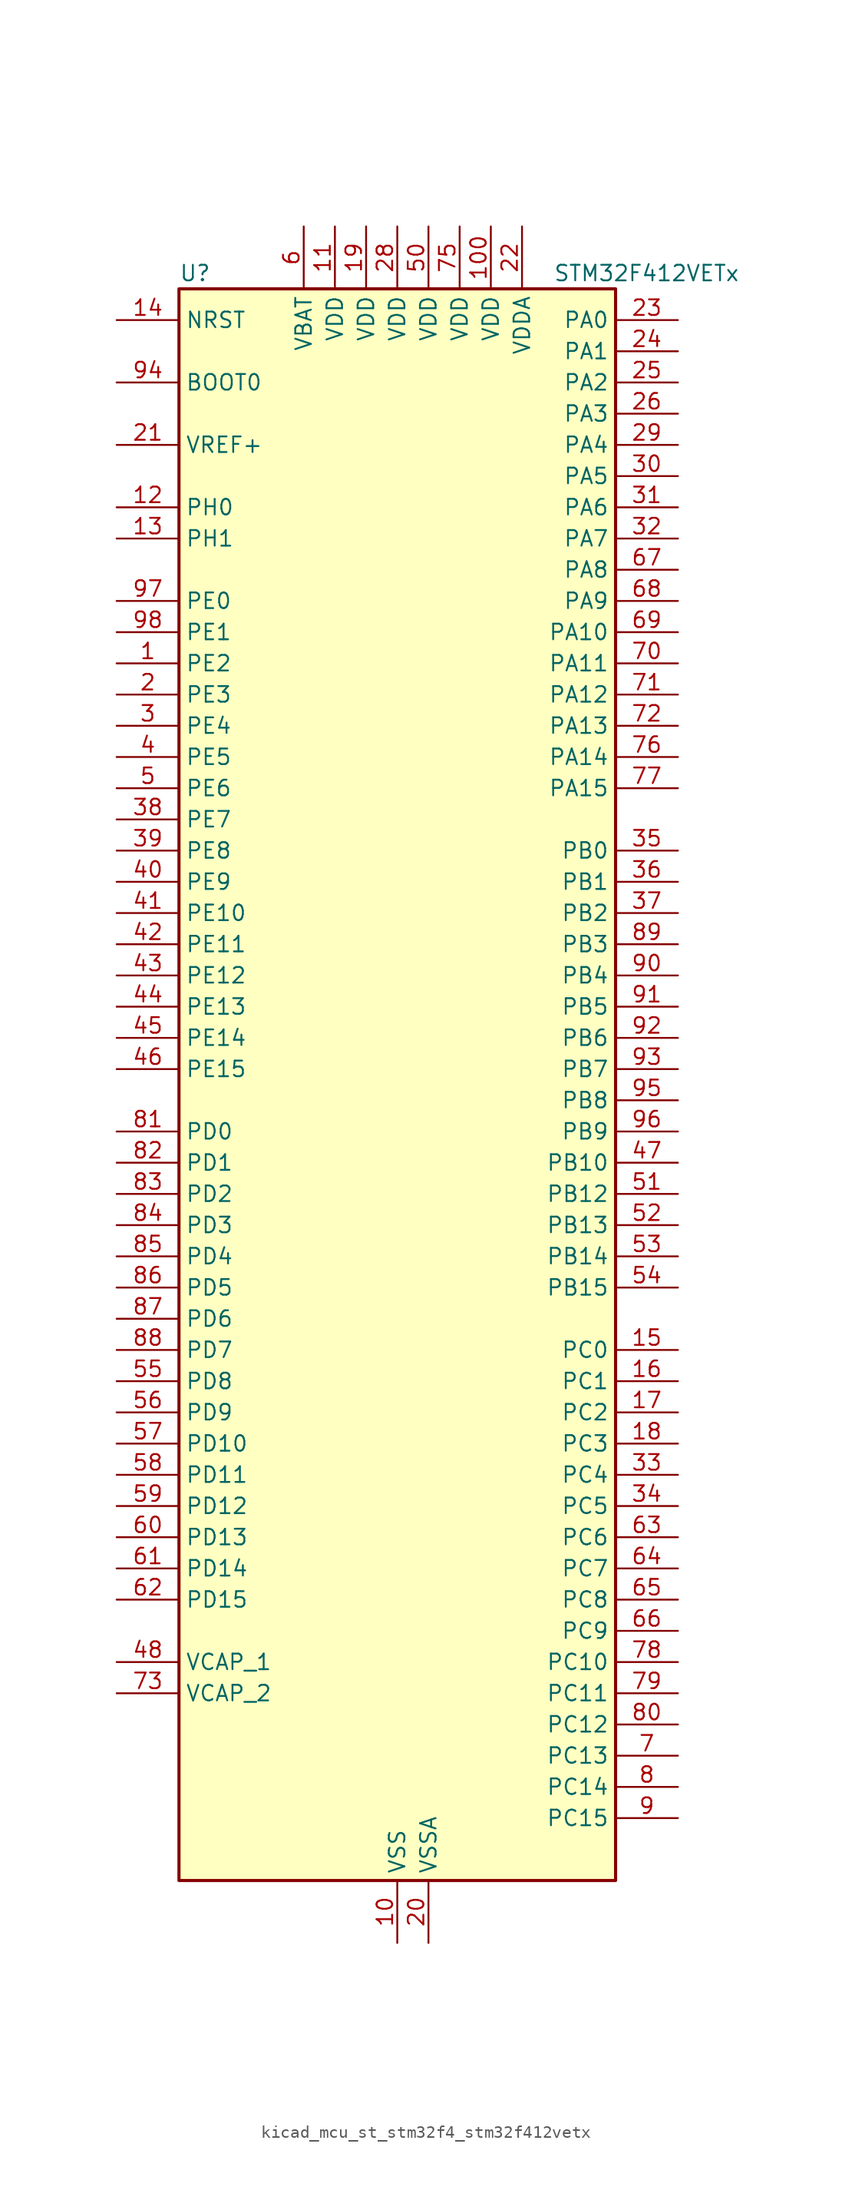
<source format=kicad_sym>
(kicad_symbol_lib
  (version 20220914)
  (generator kicad_symbol_editor)
  (symbol "kicad_mcu_st_stm32f4_stm32f412vetx"
    (property "Reference" "U"
      (at -17.78 67.31 0)
      (effects (font (size 1.27 1.27)) (justify left)))
    (property "Value" "STM32F412VETx"
      (at 12.7 67.31 0)
      (effects (font (size 1.27 1.27)) (justify left)))
    (property "ki_locked" ""
      (at 0 0 0)
      (effects (font (size 1.27 1.27))))
    (symbol "kicad_mcu_st_stm32f4_stm32f412vetx_0_1"
      (rectangle (start -17.78 -63.5) (end 17.78 66.04) (stroke (width 0.254) (type default)) (fill (type background))))
    (symbol "kicad_mcu_st_stm32f4_stm32f412vetx_1_1"
      (pin bidirectional line (at -22.86 35.56 0) (length 5.08) (name "PE2" (effects (font (size 1.27 1.27)))) (number "1" (effects (font (size 1.27 1.27)))) (alternate "FSMC_A23" bidirectional line) (alternate "I2S4_CK" bidirectional line) (alternate "I2S5_CK" bidirectional line) (alternate "QUADSPI_BK1_IO2" bidirectional line) (alternate "SPI4_SCK" bidirectional line) (alternate "SPI5_SCK" bidirectional line) (alternate "SYS_TRACECLK" bidirectional line))
      (pin power_in line (at 0 -68.58 90) (length 5.08) (name "VSS" (effects (font (size 1.27 1.27)))) (number "10" (effects (font (size 1.27 1.27)))))
      (pin power_in line (at 7.62 71.12 270) (length 5.08) (name "VDD" (effects (font (size 1.27 1.27)))) (number "100" (effects (font (size 1.27 1.27)))))
      (pin power_in line (at -5.08 71.12 270) (length 5.08) (name "VDD" (effects (font (size 1.27 1.27)))) (number "11" (effects (font (size 1.27 1.27)))))
      (pin bidirectional line (at -22.86 48.26 0) (length 5.08) (name "PH0" (effects (font (size 1.27 1.27)))) (number "12" (effects (font (size 1.27 1.27)))) (alternate "RCC_OSC_IN" bidirectional line))
      (pin bidirectional line (at -22.86 45.72 0) (length 5.08) (name "PH1" (effects (font (size 1.27 1.27)))) (number "13" (effects (font (size 1.27 1.27)))) (alternate "RCC_OSC_OUT" bidirectional line))
      (pin input line (at -22.86 63.5 0) (length 5.08) (name "NRST" (effects (font (size 1.27 1.27)))) (number "14" (effects (font (size 1.27 1.27)))))
      (pin bidirectional line (at 22.86 -20.32 180) (length 5.08) (name "PC0" (effects (font (size 1.27 1.27)))) (number "15" (effects (font (size 1.27 1.27)))) (alternate "ADC1_IN10" bidirectional line) (alternate "SYS_WKUP2" bidirectional line))
      (pin bidirectional line (at 22.86 -22.86 180) (length 5.08) (name "PC1" (effects (font (size 1.27 1.27)))) (number "16" (effects (font (size 1.27 1.27)))) (alternate "ADC1_IN11" bidirectional line) (alternate "SYS_WKUP3" bidirectional line))
      (pin bidirectional line (at 22.86 -25.4 180) (length 5.08) (name "PC2" (effects (font (size 1.27 1.27)))) (number "17" (effects (font (size 1.27 1.27)))) (alternate "ADC1_IN12" bidirectional line) (alternate "DFSDM1_CKOUT" bidirectional line) (alternate "FSMC_NWE" bidirectional line) (alternate "I2S2_ext_SD" bidirectional line) (alternate "SPI2_MISO" bidirectional line))
      (pin bidirectional line (at 22.86 -27.94 180) (length 5.08) (name "PC3" (effects (font (size 1.27 1.27)))) (number "18" (effects (font (size 1.27 1.27)))) (alternate "ADC1_IN13" bidirectional line) (alternate "FSMC_A0" bidirectional line) (alternate "I2S2_SD" bidirectional line) (alternate "SPI2_MOSI" bidirectional line))
      (pin power_in line (at -2.54 71.12 270) (length 5.08) (name "VDD" (effects (font (size 1.27 1.27)))) (number "19" (effects (font (size 1.27 1.27)))))
      (pin bidirectional line (at -22.86 33.02 0) (length 5.08) (name "PE3" (effects (font (size 1.27 1.27)))) (number "2" (effects (font (size 1.27 1.27)))) (alternate "FSMC_A19" bidirectional line) (alternate "SYS_TRACED0" bidirectional line))
      (pin power_in line (at 2.54 -68.58 90) (length 5.08) (name "VSSA" (effects (font (size 1.27 1.27)))) (number "20" (effects (font (size 1.27 1.27)))))
      (pin input line (at -22.86 53.34 0) (length 5.08) (name "VREF+" (effects (font (size 1.27 1.27)))) (number "21" (effects (font (size 1.27 1.27)))))
      (pin power_in line (at 10.16 71.12 270) (length 5.08) (name "VDDA" (effects (font (size 1.27 1.27)))) (number "22" (effects (font (size 1.27 1.27)))))
      (pin bidirectional line (at 22.86 63.5 180) (length 5.08) (name "PA0" (effects (font (size 1.27 1.27)))) (number "23" (effects (font (size 1.27 1.27)))) (alternate "ADC1_IN0" bidirectional line) (alternate "SYS_WKUP1" bidirectional line) (alternate "TIM2_CH1" bidirectional line) (alternate "TIM2_ETR" bidirectional line) (alternate "TIM5_CH1" bidirectional line) (alternate "TIM8_ETR" bidirectional line) (alternate "USART2_CTS" bidirectional line))
      (pin bidirectional line (at 22.86 60.96 180) (length 5.08) (name "PA1" (effects (font (size 1.27 1.27)))) (number "24" (effects (font (size 1.27 1.27)))) (alternate "ADC1_IN1" bidirectional line) (alternate "I2S4_SD" bidirectional line) (alternate "QUADSPI_BK1_IO3" bidirectional line) (alternate "SPI4_MOSI" bidirectional line) (alternate "TIM2_CH2" bidirectional line) (alternate "TIM5_CH2" bidirectional line) (alternate "USART2_RTS" bidirectional line))
      (pin bidirectional line (at 22.86 58.42 180) (length 5.08) (name "PA2" (effects (font (size 1.27 1.27)))) (number "25" (effects (font (size 1.27 1.27)))) (alternate "ADC1_IN2" bidirectional line) (alternate "FSMC_D4" bidirectional line) (alternate "FSMC_DA4" bidirectional line) (alternate "I2S_CKIN" bidirectional line) (alternate "TIM2_CH3" bidirectional line) (alternate "TIM5_CH3" bidirectional line) (alternate "TIM9_CH1" bidirectional line) (alternate "USART2_TX" bidirectional line))
      (pin bidirectional line (at 22.86 55.88 180) (length 5.08) (name "PA3" (effects (font (size 1.27 1.27)))) (number "26" (effects (font (size 1.27 1.27)))) (alternate "ADC1_IN3" bidirectional line) (alternate "FSMC_D5" bidirectional line) (alternate "FSMC_DA5" bidirectional line) (alternate "I2S2_MCK" bidirectional line) (alternate "TIM2_CH4" bidirectional line) (alternate "TIM5_CH4" bidirectional line) (alternate "TIM9_CH2" bidirectional line) (alternate "USART2_RX" bidirectional line))
      (pin passive line (at 0 -68.58 90) (length 5.08) hide (name "VSS" (effects (font (size 1.27 1.27)))) (number "27" (effects (font (size 1.27 1.27)))))
      (pin power_in line (at 0 71.12 270) (length 5.08) (name "VDD" (effects (font (size 1.27 1.27)))) (number "28" (effects (font (size 1.27 1.27)))))
      (pin bidirectional line (at 22.86 53.34 180) (length 5.08) (name "PA4" (effects (font (size 1.27 1.27)))) (number "29" (effects (font (size 1.27 1.27)))) (alternate "ADC1_IN4" bidirectional line) (alternate "DFSDM1_DATIN1" bidirectional line) (alternate "FSMC_D6" bidirectional line) (alternate "FSMC_DA6" bidirectional line) (alternate "I2S1_WS" bidirectional line) (alternate "I2S3_WS" bidirectional line) (alternate "SPI1_NSS" bidirectional line) (alternate "SPI3_NSS" bidirectional line) (alternate "USART2_CK" bidirectional line))
      (pin bidirectional line (at -22.86 30.48 0) (length 5.08) (name "PE4" (effects (font (size 1.27 1.27)))) (number "3" (effects (font (size 1.27 1.27)))) (alternate "DFSDM1_DATIN3" bidirectional line) (alternate "FSMC_A20" bidirectional line) (alternate "I2S4_WS" bidirectional line) (alternate "I2S5_WS" bidirectional line) (alternate "SPI4_NSS" bidirectional line) (alternate "SPI5_NSS" bidirectional line) (alternate "SYS_TRACED1" bidirectional line))
      (pin bidirectional line (at 22.86 50.8 180) (length 5.08) (name "PA5" (effects (font (size 1.27 1.27)))) (number "30" (effects (font (size 1.27 1.27)))) (alternate "ADC1_IN5" bidirectional line) (alternate "DFSDM1_CKIN1" bidirectional line) (alternate "FSMC_D7" bidirectional line) (alternate "FSMC_DA7" bidirectional line) (alternate "I2S1_CK" bidirectional line) (alternate "SPI1_SCK" bidirectional line) (alternate "TIM2_CH1" bidirectional line) (alternate "TIM2_ETR" bidirectional line) (alternate "TIM8_CH1N" bidirectional line))
      (pin bidirectional line (at 22.86 48.26 180) (length 5.08) (name "PA6" (effects (font (size 1.27 1.27)))) (number "31" (effects (font (size 1.27 1.27)))) (alternate "ADC1_IN6" bidirectional line) (alternate "I2S2_MCK" bidirectional line) (alternate "QUADSPI_BK2_IO0" bidirectional line) (alternate "SDIO_CMD" bidirectional line) (alternate "SPI1_MISO" bidirectional line) (alternate "TIM13_CH1" bidirectional line) (alternate "TIM1_BKIN" bidirectional line) (alternate "TIM3_CH1" bidirectional line) (alternate "TIM8_BKIN" bidirectional line))
      (pin bidirectional line (at 22.86 45.72 180) (length 5.08) (name "PA7" (effects (font (size 1.27 1.27)))) (number "32" (effects (font (size 1.27 1.27)))) (alternate "ADC1_IN7" bidirectional line) (alternate "I2S1_SD" bidirectional line) (alternate "QUADSPI_BK2_IO1" bidirectional line) (alternate "SPI1_MOSI" bidirectional line) (alternate "TIM14_CH1" bidirectional line) (alternate "TIM1_CH1N" bidirectional line) (alternate "TIM3_CH2" bidirectional line) (alternate "TIM8_CH1N" bidirectional line))
      (pin bidirectional line (at 22.86 -30.48 180) (length 5.08) (name "PC4" (effects (font (size 1.27 1.27)))) (number "33" (effects (font (size 1.27 1.27)))) (alternate "ADC1_IN14" bidirectional line) (alternate "FSMC_NE4" bidirectional line) (alternate "I2S1_MCK" bidirectional line) (alternate "QUADSPI_BK2_IO2" bidirectional line))
      (pin bidirectional line (at 22.86 -33.02 180) (length 5.08) (name "PC5" (effects (font (size 1.27 1.27)))) (number "34" (effects (font (size 1.27 1.27)))) (alternate "ADC1_IN15" bidirectional line) (alternate "FMPI2C1_SMBA" bidirectional line) (alternate "FSMC_NOE" bidirectional line) (alternate "QUADSPI_BK2_IO3" bidirectional line) (alternate "USART3_RX" bidirectional line))
      (pin bidirectional line (at 22.86 20.32 180) (length 5.08) (name "PB0" (effects (font (size 1.27 1.27)))) (number "35" (effects (font (size 1.27 1.27)))) (alternate "ADC1_IN8" bidirectional line) (alternate "I2S5_CK" bidirectional line) (alternate "SPI5_SCK" bidirectional line) (alternate "TIM1_CH2N" bidirectional line) (alternate "TIM3_CH3" bidirectional line) (alternate "TIM8_CH2N" bidirectional line))
      (pin bidirectional line (at 22.86 17.78 180) (length 5.08) (name "PB1" (effects (font (size 1.27 1.27)))) (number "36" (effects (font (size 1.27 1.27)))) (alternate "ADC1_IN9" bidirectional line) (alternate "DFSDM1_DATIN0" bidirectional line) (alternate "I2S5_WS" bidirectional line) (alternate "QUADSPI_CLK" bidirectional line) (alternate "SPI5_NSS" bidirectional line) (alternate "TIM1_CH3N" bidirectional line) (alternate "TIM3_CH4" bidirectional line) (alternate "TIM8_CH3N" bidirectional line))
      (pin bidirectional line (at 22.86 15.24 180) (length 5.08) (name "PB2" (effects (font (size 1.27 1.27)))) (number "37" (effects (font (size 1.27 1.27)))) (alternate "DFSDM1_CKIN0" bidirectional line) (alternate "QUADSPI_CLK" bidirectional line))
      (pin bidirectional line (at -22.86 22.86 0) (length 5.08) (name "PE7" (effects (font (size 1.27 1.27)))) (number "38" (effects (font (size 1.27 1.27)))) (alternate "DFSDM1_DATIN2" bidirectional line) (alternate "FSMC_D4" bidirectional line) (alternate "FSMC_DA4" bidirectional line) (alternate "QUADSPI_BK2_IO0" bidirectional line) (alternate "TIM1_ETR" bidirectional line))
      (pin bidirectional line (at -22.86 20.32 0) (length 5.08) (name "PE8" (effects (font (size 1.27 1.27)))) (number "39" (effects (font (size 1.27 1.27)))) (alternate "DFSDM1_CKIN2" bidirectional line) (alternate "FSMC_D5" bidirectional line) (alternate "FSMC_DA5" bidirectional line) (alternate "QUADSPI_BK2_IO1" bidirectional line) (alternate "TIM1_CH1N" bidirectional line))
      (pin bidirectional line (at -22.86 27.94 0) (length 5.08) (name "PE5" (effects (font (size 1.27 1.27)))) (number "4" (effects (font (size 1.27 1.27)))) (alternate "DFSDM1_CKIN3" bidirectional line) (alternate "FSMC_A21" bidirectional line) (alternate "SPI4_MISO" bidirectional line) (alternate "SPI5_MISO" bidirectional line) (alternate "SYS_TRACED2" bidirectional line) (alternate "TIM9_CH1" bidirectional line))
      (pin bidirectional line (at -22.86 17.78 0) (length 5.08) (name "PE9" (effects (font (size 1.27 1.27)))) (number "40" (effects (font (size 1.27 1.27)))) (alternate "DFSDM1_CKOUT" bidirectional line) (alternate "FSMC_D6" bidirectional line) (alternate "FSMC_DA6" bidirectional line) (alternate "QUADSPI_BK2_IO2" bidirectional line) (alternate "TIM1_CH1" bidirectional line))
      (pin bidirectional line (at -22.86 15.24 0) (length 5.08) (name "PE10" (effects (font (size 1.27 1.27)))) (number "41" (effects (font (size 1.27 1.27)))) (alternate "FSMC_D7" bidirectional line) (alternate "FSMC_DA7" bidirectional line) (alternate "QUADSPI_BK2_IO3" bidirectional line) (alternate "TIM1_CH2N" bidirectional line))
      (pin bidirectional line (at -22.86 12.7 0) (length 5.08) (name "PE11" (effects (font (size 1.27 1.27)))) (number "42" (effects (font (size 1.27 1.27)))) (alternate "ADC1_EXTI11" bidirectional line) (alternate "FSMC_D8" bidirectional line) (alternate "FSMC_DA8" bidirectional line) (alternate "I2S4_WS" bidirectional line) (alternate "I2S5_WS" bidirectional line) (alternate "SPI4_NSS" bidirectional line) (alternate "SPI5_NSS" bidirectional line) (alternate "TIM1_CH2" bidirectional line))
      (pin bidirectional line (at -22.86 10.16 0) (length 5.08) (name "PE12" (effects (font (size 1.27 1.27)))) (number "43" (effects (font (size 1.27 1.27)))) (alternate "FSMC_D9" bidirectional line) (alternate "FSMC_DA9" bidirectional line) (alternate "I2S4_CK" bidirectional line) (alternate "I2S5_CK" bidirectional line) (alternate "SPI4_SCK" bidirectional line) (alternate "SPI5_SCK" bidirectional line) (alternate "TIM1_CH3N" bidirectional line))
      (pin bidirectional line (at -22.86 7.62 0) (length 5.08) (name "PE13" (effects (font (size 1.27 1.27)))) (number "44" (effects (font (size 1.27 1.27)))) (alternate "FSMC_D10" bidirectional line) (alternate "FSMC_DA10" bidirectional line) (alternate "SPI4_MISO" bidirectional line) (alternate "SPI5_MISO" bidirectional line) (alternate "TIM1_CH3" bidirectional line))
      (pin bidirectional line (at -22.86 5.08 0) (length 5.08) (name "PE14" (effects (font (size 1.27 1.27)))) (number "45" (effects (font (size 1.27 1.27)))) (alternate "FSMC_D11" bidirectional line) (alternate "FSMC_DA11" bidirectional line) (alternate "I2S4_SD" bidirectional line) (alternate "I2S5_SD" bidirectional line) (alternate "SPI4_MOSI" bidirectional line) (alternate "SPI5_MOSI" bidirectional line) (alternate "TIM1_CH4" bidirectional line))
      (pin bidirectional line (at -22.86 2.54 0) (length 5.08) (name "PE15" (effects (font (size 1.27 1.27)))) (number "46" (effects (font (size 1.27 1.27)))) (alternate "ADC1_EXTI15" bidirectional line) (alternate "FSMC_D12" bidirectional line) (alternate "FSMC_DA12" bidirectional line) (alternate "TIM1_BKIN" bidirectional line))
      (pin bidirectional line (at 22.86 -5.08 180) (length 5.08) (name "PB10" (effects (font (size 1.27 1.27)))) (number "47" (effects (font (size 1.27 1.27)))) (alternate "FMPI2C1_SCL" bidirectional line) (alternate "I2C2_SCL" bidirectional line) (alternate "I2S2_CK" bidirectional line) (alternate "I2S3_MCK" bidirectional line) (alternate "SDIO_D7" bidirectional line) (alternate "SPI2_SCK" bidirectional line) (alternate "TIM2_CH3" bidirectional line) (alternate "USART3_TX" bidirectional line))
      (pin power_out line (at -22.86 -45.72 0) (length 5.08) (name "VCAP_1" (effects (font (size 1.27 1.27)))) (number "48" (effects (font (size 1.27 1.27)))))
      (pin passive line (at 0 -68.58 90) (length 5.08) hide (name "VSS" (effects (font (size 1.27 1.27)))) (number "49" (effects (font (size 1.27 1.27)))))
      (pin bidirectional line (at -22.86 25.4 0) (length 5.08) (name "PE6" (effects (font (size 1.27 1.27)))) (number "5" (effects (font (size 1.27 1.27)))) (alternate "FSMC_A22" bidirectional line) (alternate "I2S4_SD" bidirectional line) (alternate "I2S5_SD" bidirectional line) (alternate "SPI4_MOSI" bidirectional line) (alternate "SPI5_MOSI" bidirectional line) (alternate "SYS_TRACED3" bidirectional line) (alternate "TIM9_CH2" bidirectional line))
      (pin power_in line (at 2.54 71.12 270) (length 5.08) (name "VDD" (effects (font (size 1.27 1.27)))) (number "50" (effects (font (size 1.27 1.27)))))
      (pin bidirectional line (at 22.86 -7.62 180) (length 5.08) (name "PB12" (effects (font (size 1.27 1.27)))) (number "51" (effects (font (size 1.27 1.27)))) (alternate "CAN2_RX" bidirectional line) (alternate "DFSDM1_DATIN1" bidirectional line) (alternate "FSMC_D13" bidirectional line) (alternate "FSMC_DA13" bidirectional line) (alternate "I2C2_SMBA" bidirectional line) (alternate "I2S2_WS" bidirectional line) (alternate "I2S3_CK" bidirectional line) (alternate "I2S4_WS" bidirectional line) (alternate "SPI2_NSS" bidirectional line) (alternate "SPI3_SCK" bidirectional line) (alternate "SPI4_NSS" bidirectional line) (alternate "TIM1_BKIN" bidirectional line) (alternate "USART3_CK" bidirectional line))
      (pin bidirectional line (at 22.86 -10.16 180) (length 5.08) (name "PB13" (effects (font (size 1.27 1.27)))) (number "52" (effects (font (size 1.27 1.27)))) (alternate "CAN2_TX" bidirectional line) (alternate "DFSDM1_CKIN1" bidirectional line) (alternate "FMPI2C1_SMBA" bidirectional line) (alternate "I2S2_CK" bidirectional line) (alternate "I2S4_CK" bidirectional line) (alternate "SPI2_SCK" bidirectional line) (alternate "SPI4_SCK" bidirectional line) (alternate "TIM1_CH1N" bidirectional line) (alternate "USART3_CTS" bidirectional line))
      (pin bidirectional line (at 22.86 -12.7 180) (length 5.08) (name "PB14" (effects (font (size 1.27 1.27)))) (number "53" (effects (font (size 1.27 1.27)))) (alternate "DFSDM1_DATIN2" bidirectional line) (alternate "FMPI2C1_SDA" bidirectional line) (alternate "FSMC_D0" bidirectional line) (alternate "FSMC_DA0" bidirectional line) (alternate "I2S2_ext_SD" bidirectional line) (alternate "SDIO_D6" bidirectional line) (alternate "SPI2_MISO" bidirectional line) (alternate "TIM12_CH1" bidirectional line) (alternate "TIM1_CH2N" bidirectional line) (alternate "TIM8_CH2N" bidirectional line) (alternate "USART3_RTS" bidirectional line))
      (pin bidirectional line (at 22.86 -15.24 180) (length 5.08) (name "PB15" (effects (font (size 1.27 1.27)))) (number "54" (effects (font (size 1.27 1.27)))) (alternate "ADC1_EXTI15" bidirectional line) (alternate "DFSDM1_CKIN2" bidirectional line) (alternate "FMPI2C1_SCL" bidirectional line) (alternate "I2S2_SD" bidirectional line) (alternate "RTC_REFIN" bidirectional line) (alternate "SDIO_CK" bidirectional line) (alternate "SPI2_MOSI" bidirectional line) (alternate "TIM12_CH2" bidirectional line) (alternate "TIM1_CH3N" bidirectional line) (alternate "TIM8_CH3N" bidirectional line))
      (pin bidirectional line (at -22.86 -22.86 0) (length 5.08) (name "PD8" (effects (font (size 1.27 1.27)))) (number "55" (effects (font (size 1.27 1.27)))) (alternate "FSMC_D13" bidirectional line) (alternate "FSMC_DA13" bidirectional line) (alternate "USART3_TX" bidirectional line))
      (pin bidirectional line (at -22.86 -25.4 0) (length 5.08) (name "PD9" (effects (font (size 1.27 1.27)))) (number "56" (effects (font (size 1.27 1.27)))) (alternate "FSMC_D14" bidirectional line) (alternate "FSMC_DA14" bidirectional line) (alternate "USART3_RX" bidirectional line))
      (pin bidirectional line (at -22.86 -27.94 0) (length 5.08) (name "PD10" (effects (font (size 1.27 1.27)))) (number "57" (effects (font (size 1.27 1.27)))) (alternate "FSMC_D15" bidirectional line) (alternate "FSMC_DA15" bidirectional line) (alternate "USART3_CK" bidirectional line))
      (pin bidirectional line (at -22.86 -30.48 0) (length 5.08) (name "PD11" (effects (font (size 1.27 1.27)))) (number "58" (effects (font (size 1.27 1.27)))) (alternate "ADC1_EXTI11" bidirectional line) (alternate "FMPI2C1_SMBA" bidirectional line) (alternate "FSMC_A16" bidirectional line) (alternate "QUADSPI_BK1_IO0" bidirectional line) (alternate "USART3_CTS" bidirectional line))
      (pin bidirectional line (at -22.86 -33.02 0) (length 5.08) (name "PD12" (effects (font (size 1.27 1.27)))) (number "59" (effects (font (size 1.27 1.27)))) (alternate "FMPI2C1_SCL" bidirectional line) (alternate "FSMC_A17" bidirectional line) (alternate "QUADSPI_BK1_IO1" bidirectional line) (alternate "TIM4_CH1" bidirectional line) (alternate "USART3_RTS" bidirectional line))
      (pin power_in line (at -7.62 71.12 270) (length 5.08) (name "VBAT" (effects (font (size 1.27 1.27)))) (number "6" (effects (font (size 1.27 1.27)))))
      (pin bidirectional line (at -22.86 -35.56 0) (length 5.08) (name "PD13" (effects (font (size 1.27 1.27)))) (number "60" (effects (font (size 1.27 1.27)))) (alternate "FMPI2C1_SDA" bidirectional line) (alternate "FSMC_A18" bidirectional line) (alternate "QUADSPI_BK1_IO3" bidirectional line) (alternate "TIM4_CH2" bidirectional line))
      (pin bidirectional line (at -22.86 -38.1 0) (length 5.08) (name "PD14" (effects (font (size 1.27 1.27)))) (number "61" (effects (font (size 1.27 1.27)))) (alternate "FMPI2C1_SCL" bidirectional line) (alternate "FSMC_D0" bidirectional line) (alternate "FSMC_DA0" bidirectional line) (alternate "TIM4_CH3" bidirectional line))
      (pin bidirectional line (at -22.86 -40.64 0) (length 5.08) (name "PD15" (effects (font (size 1.27 1.27)))) (number "62" (effects (font (size 1.27 1.27)))) (alternate "ADC1_EXTI15" bidirectional line) (alternate "FMPI2C1_SDA" bidirectional line) (alternate "FSMC_D1" bidirectional line) (alternate "FSMC_DA1" bidirectional line) (alternate "TIM4_CH4" bidirectional line))
      (pin bidirectional line (at 22.86 -35.56 180) (length 5.08) (name "PC6" (effects (font (size 1.27 1.27)))) (number "63" (effects (font (size 1.27 1.27)))) (alternate "DFSDM1_CKIN3" bidirectional line) (alternate "FMPI2C1_SCL" bidirectional line) (alternate "FSMC_D1" bidirectional line) (alternate "FSMC_DA1" bidirectional line) (alternate "I2S2_MCK" bidirectional line) (alternate "SDIO_D6" bidirectional line) (alternate "TIM3_CH1" bidirectional line) (alternate "TIM8_CH1" bidirectional line) (alternate "USART6_TX" bidirectional line))
      (pin bidirectional line (at 22.86 -38.1 180) (length 5.08) (name "PC7" (effects (font (size 1.27 1.27)))) (number "64" (effects (font (size 1.27 1.27)))) (alternate "DFSDM1_DATIN3" bidirectional line) (alternate "FMPI2C1_SDA" bidirectional line) (alternate "I2S2_CK" bidirectional line) (alternate "I2S3_MCK" bidirectional line) (alternate "SDIO_D7" bidirectional line) (alternate "SPI2_SCK" bidirectional line) (alternate "TIM3_CH2" bidirectional line) (alternate "TIM8_CH2" bidirectional line) (alternate "USART6_RX" bidirectional line))
      (pin bidirectional line (at 22.86 -40.64 180) (length 5.08) (name "PC8" (effects (font (size 1.27 1.27)))) (number "65" (effects (font (size 1.27 1.27)))) (alternate "QUADSPI_BK1_IO2" bidirectional line) (alternate "SDIO_D0" bidirectional line) (alternate "TIM3_CH3" bidirectional line) (alternate "TIM8_CH3" bidirectional line) (alternate "USART6_CK" bidirectional line))
      (pin bidirectional line (at 22.86 -43.18 180) (length 5.08) (name "PC9" (effects (font (size 1.27 1.27)))) (number "66" (effects (font (size 1.27 1.27)))) (alternate "I2C3_SDA" bidirectional line) (alternate "I2S_CKIN" bidirectional line) (alternate "QUADSPI_BK1_IO0" bidirectional line) (alternate "RCC_MCO_2" bidirectional line) (alternate "SDIO_D1" bidirectional line) (alternate "TIM3_CH4" bidirectional line) (alternate "TIM8_CH4" bidirectional line))
      (pin bidirectional line (at 22.86 43.18 180) (length 5.08) (name "PA8" (effects (font (size 1.27 1.27)))) (number "67" (effects (font (size 1.27 1.27)))) (alternate "I2C3_SCL" bidirectional line) (alternate "RCC_MCO_1" bidirectional line) (alternate "SDIO_D1" bidirectional line) (alternate "TIM1_CH1" bidirectional line) (alternate "USART1_CK" bidirectional line) (alternate "USB_OTG_FS_SOF" bidirectional line))
      (pin bidirectional line (at 22.86 40.64 180) (length 5.08) (name "PA9" (effects (font (size 1.27 1.27)))) (number "68" (effects (font (size 1.27 1.27)))) (alternate "I2C3_SMBA" bidirectional line) (alternate "SDIO_D2" bidirectional line) (alternate "TIM1_CH2" bidirectional line) (alternate "USART1_TX" bidirectional line) (alternate "USB_OTG_FS_VBUS" bidirectional line))
      (pin bidirectional line (at 22.86 38.1 180) (length 5.08) (name "PA10" (effects (font (size 1.27 1.27)))) (number "69" (effects (font (size 1.27 1.27)))) (alternate "I2S5_SD" bidirectional line) (alternate "SPI5_MOSI" bidirectional line) (alternate "TIM1_CH3" bidirectional line) (alternate "USART1_RX" bidirectional line) (alternate "USB_OTG_FS_ID" bidirectional line))
      (pin bidirectional line (at 22.86 -53.34 180) (length 5.08) (name "PC13" (effects (font (size 1.27 1.27)))) (number "7" (effects (font (size 1.27 1.27)))) (alternate "RTC_AF1" bidirectional line))
      (pin bidirectional line (at 22.86 35.56 180) (length 5.08) (name "PA11" (effects (font (size 1.27 1.27)))) (number "70" (effects (font (size 1.27 1.27)))) (alternate "ADC1_EXTI11" bidirectional line) (alternate "CAN1_RX" bidirectional line) (alternate "SPI4_MISO" bidirectional line) (alternate "TIM1_CH4" bidirectional line) (alternate "USART1_CTS" bidirectional line) (alternate "USART6_TX" bidirectional line) (alternate "USB_OTG_FS_DM" bidirectional line))
      (pin bidirectional line (at 22.86 33.02 180) (length 5.08) (name "PA12" (effects (font (size 1.27 1.27)))) (number "71" (effects (font (size 1.27 1.27)))) (alternate "CAN1_TX" bidirectional line) (alternate "SPI5_MISO" bidirectional line) (alternate "TIM1_ETR" bidirectional line) (alternate "USART1_RTS" bidirectional line) (alternate "USART6_RX" bidirectional line) (alternate "USB_OTG_FS_DP" bidirectional line))
      (pin bidirectional line (at 22.86 30.48 180) (length 5.08) (name "PA13" (effects (font (size 1.27 1.27)))) (number "72" (effects (font (size 1.27 1.27)))) (alternate "SYS_JTMS-SWDIO" bidirectional line))
      (pin power_out line (at -22.86 -48.26 0) (length 5.08) (name "VCAP_2" (effects (font (size 1.27 1.27)))) (number "73" (effects (font (size 1.27 1.27)))))
      (pin passive line (at 0 -68.58 90) (length 5.08) hide (name "VSS" (effects (font (size 1.27 1.27)))) (number "74" (effects (font (size 1.27 1.27)))))
      (pin power_in line (at 5.08 71.12 270) (length 5.08) (name "VDD" (effects (font (size 1.27 1.27)))) (number "75" (effects (font (size 1.27 1.27)))))
      (pin bidirectional line (at 22.86 27.94 180) (length 5.08) (name "PA14" (effects (font (size 1.27 1.27)))) (number "76" (effects (font (size 1.27 1.27)))) (alternate "SYS_JTCK-SWCLK" bidirectional line))
      (pin bidirectional line (at 22.86 25.4 180) (length 5.08) (name "PA15" (effects (font (size 1.27 1.27)))) (number "77" (effects (font (size 1.27 1.27)))) (alternate "ADC1_EXTI15" bidirectional line) (alternate "I2S1_WS" bidirectional line) (alternate "I2S3_WS" bidirectional line) (alternate "SPI1_NSS" bidirectional line) (alternate "SPI3_NSS" bidirectional line) (alternate "SYS_JTDI" bidirectional line) (alternate "TIM2_CH1" bidirectional line) (alternate "TIM2_ETR" bidirectional line) (alternate "USART1_TX" bidirectional line))
      (pin bidirectional line (at 22.86 -45.72 180) (length 5.08) (name "PC10" (effects (font (size 1.27 1.27)))) (number "78" (effects (font (size 1.27 1.27)))) (alternate "I2S3_CK" bidirectional line) (alternate "QUADSPI_BK1_IO1" bidirectional line) (alternate "SDIO_D2" bidirectional line) (alternate "SPI3_SCK" bidirectional line) (alternate "USART3_TX" bidirectional line))
      (pin bidirectional line (at 22.86 -48.26 180) (length 5.08) (name "PC11" (effects (font (size 1.27 1.27)))) (number "79" (effects (font (size 1.27 1.27)))) (alternate "ADC1_EXTI11" bidirectional line) (alternate "FSMC_D2" bidirectional line) (alternate "FSMC_DA2" bidirectional line) (alternate "I2S3_ext_SD" bidirectional line) (alternate "QUADSPI_BK2_NCS" bidirectional line) (alternate "SDIO_D3" bidirectional line) (alternate "SPI3_MISO" bidirectional line) (alternate "USART3_RX" bidirectional line))
      (pin bidirectional line (at 22.86 -55.88 180) (length 5.08) (name "PC14" (effects (font (size 1.27 1.27)))) (number "8" (effects (font (size 1.27 1.27)))) (alternate "RCC_OSC32_IN" bidirectional line))
      (pin bidirectional line (at 22.86 -50.8 180) (length 5.08) (name "PC12" (effects (font (size 1.27 1.27)))) (number "80" (effects (font (size 1.27 1.27)))) (alternate "FSMC_D3" bidirectional line) (alternate "FSMC_DA3" bidirectional line) (alternate "I2S3_SD" bidirectional line) (alternate "SDIO_CK" bidirectional line) (alternate "SPI3_MOSI" bidirectional line) (alternate "USART3_CK" bidirectional line))
      (pin bidirectional line (at -22.86 -2.54 0) (length 5.08) (name "PD0" (effects (font (size 1.27 1.27)))) (number "81" (effects (font (size 1.27 1.27)))) (alternate "CAN1_RX" bidirectional line) (alternate "FSMC_D2" bidirectional line) (alternate "FSMC_DA2" bidirectional line))
      (pin bidirectional line (at -22.86 -5.08 0) (length 5.08) (name "PD1" (effects (font (size 1.27 1.27)))) (number "82" (effects (font (size 1.27 1.27)))) (alternate "CAN1_TX" bidirectional line) (alternate "FSMC_D3" bidirectional line) (alternate "FSMC_DA3" bidirectional line))
      (pin bidirectional line (at -22.86 -7.62 0) (length 5.08) (name "PD2" (effects (font (size 1.27 1.27)))) (number "83" (effects (font (size 1.27 1.27)))) (alternate "FSMC_NWE" bidirectional line) (alternate "SDIO_CMD" bidirectional line) (alternate "TIM3_ETR" bidirectional line))
      (pin bidirectional line (at -22.86 -10.16 0) (length 5.08) (name "PD3" (effects (font (size 1.27 1.27)))) (number "84" (effects (font (size 1.27 1.27)))) (alternate "DFSDM1_DATIN0" bidirectional line) (alternate "FSMC_CLK" bidirectional line) (alternate "I2S2_CK" bidirectional line) (alternate "QUADSPI_CLK" bidirectional line) (alternate "SPI2_SCK" bidirectional line) (alternate "SYS_TRACED1" bidirectional line) (alternate "USART2_CTS" bidirectional line))
      (pin bidirectional line (at -22.86 -12.7 0) (length 5.08) (name "PD4" (effects (font (size 1.27 1.27)))) (number "85" (effects (font (size 1.27 1.27)))) (alternate "DFSDM1_CKIN0" bidirectional line) (alternate "FSMC_NOE" bidirectional line) (alternate "USART2_RTS" bidirectional line))
      (pin bidirectional line (at -22.86 -15.24 0) (length 5.08) (name "PD5" (effects (font (size 1.27 1.27)))) (number "86" (effects (font (size 1.27 1.27)))) (alternate "FSMC_NWE" bidirectional line) (alternate "USART2_TX" bidirectional line))
      (pin bidirectional line (at -22.86 -17.78 0) (length 5.08) (name "PD6" (effects (font (size 1.27 1.27)))) (number "87" (effects (font (size 1.27 1.27)))) (alternate "DFSDM1_DATIN1" bidirectional line) (alternate "FSMC_NWAIT" bidirectional line) (alternate "I2S3_SD" bidirectional line) (alternate "SPI3_MOSI" bidirectional line) (alternate "USART2_RX" bidirectional line))
      (pin bidirectional line (at -22.86 -20.32 0) (length 5.08) (name "PD7" (effects (font (size 1.27 1.27)))) (number "88" (effects (font (size 1.27 1.27)))) (alternate "DFSDM1_CKIN1" bidirectional line) (alternate "FSMC_NE1" bidirectional line) (alternate "USART2_CK" bidirectional line))
      (pin bidirectional line (at 22.86 12.7 180) (length 5.08) (name "PB3" (effects (font (size 1.27 1.27)))) (number "89" (effects (font (size 1.27 1.27)))) (alternate "FMPI2C1_SDA" bidirectional line) (alternate "I2C2_SDA" bidirectional line) (alternate "I2S1_CK" bidirectional line) (alternate "I2S3_CK" bidirectional line) (alternate "SPI1_SCK" bidirectional line) (alternate "SPI3_SCK" bidirectional line) (alternate "SYS_JTDO-SWO" bidirectional line) (alternate "TIM2_CH2" bidirectional line) (alternate "USART1_RX" bidirectional line))
      (pin bidirectional line (at 22.86 -58.42 180) (length 5.08) (name "PC15" (effects (font (size 1.27 1.27)))) (number "9" (effects (font (size 1.27 1.27)))) (alternate "ADC1_EXTI15" bidirectional line) (alternate "RCC_OSC32_OUT" bidirectional line))
      (pin bidirectional line (at 22.86 10.16 180) (length 5.08) (name "PB4" (effects (font (size 1.27 1.27)))) (number "90" (effects (font (size 1.27 1.27)))) (alternate "I2C3_SDA" bidirectional line) (alternate "I2S3_ext_SD" bidirectional line) (alternate "SDIO_D0" bidirectional line) (alternate "SPI1_MISO" bidirectional line) (alternate "SPI3_MISO" bidirectional line) (alternate "SYS_JTRST" bidirectional line) (alternate "TIM3_CH1" bidirectional line))
      (pin bidirectional line (at 22.86 7.62 180) (length 5.08) (name "PB5" (effects (font (size 1.27 1.27)))) (number "91" (effects (font (size 1.27 1.27)))) (alternate "CAN2_RX" bidirectional line) (alternate "I2C1_SMBA" bidirectional line) (alternate "I2S1_SD" bidirectional line) (alternate "I2S3_SD" bidirectional line) (alternate "SDIO_D3" bidirectional line) (alternate "SPI1_MOSI" bidirectional line) (alternate "SPI3_MOSI" bidirectional line) (alternate "TIM3_CH2" bidirectional line))
      (pin bidirectional line (at 22.86 5.08 180) (length 5.08) (name "PB6" (effects (font (size 1.27 1.27)))) (number "92" (effects (font (size 1.27 1.27)))) (alternate "CAN2_TX" bidirectional line) (alternate "I2C1_SCL" bidirectional line) (alternate "QUADSPI_BK1_NCS" bidirectional line) (alternate "SDIO_D0" bidirectional line) (alternate "TIM4_CH1" bidirectional line) (alternate "USART1_TX" bidirectional line))
      (pin bidirectional line (at 22.86 2.54 180) (length 5.08) (name "PB7" (effects (font (size 1.27 1.27)))) (number "93" (effects (font (size 1.27 1.27)))) (alternate "FSMC_NL" bidirectional line) (alternate "I2C1_SDA" bidirectional line) (alternate "TIM4_CH2" bidirectional line) (alternate "USART1_RX" bidirectional line))
      (pin input line (at -22.86 58.42 0) (length 5.08) (name "BOOT0" (effects (font (size 1.27 1.27)))) (number "94" (effects (font (size 1.27 1.27)))))
      (pin bidirectional line (at 22.86 0 180) (length 5.08) (name "PB8" (effects (font (size 1.27 1.27)))) (number "95" (effects (font (size 1.27 1.27)))) (alternate "CAN1_RX" bidirectional line) (alternate "I2C1_SCL" bidirectional line) (alternate "I2C3_SDA" bidirectional line) (alternate "I2S5_SD" bidirectional line) (alternate "SDIO_D4" bidirectional line) (alternate "SPI5_MOSI" bidirectional line) (alternate "TIM10_CH1" bidirectional line) (alternate "TIM4_CH3" bidirectional line))
      (pin bidirectional line (at 22.86 -2.54 180) (length 5.08) (name "PB9" (effects (font (size 1.27 1.27)))) (number "96" (effects (font (size 1.27 1.27)))) (alternate "CAN1_TX" bidirectional line) (alternate "I2C1_SDA" bidirectional line) (alternate "I2C2_SDA" bidirectional line) (alternate "I2S2_WS" bidirectional line) (alternate "SDIO_D5" bidirectional line) (alternate "SPI2_NSS" bidirectional line) (alternate "TIM11_CH1" bidirectional line) (alternate "TIM4_CH4" bidirectional line))
      (pin bidirectional line (at -22.86 40.64 0) (length 5.08) (name "PE0" (effects (font (size 1.27 1.27)))) (number "97" (effects (font (size 1.27 1.27)))) (alternate "FSMC_NBL0" bidirectional line) (alternate "TIM4_ETR" bidirectional line))
      (pin bidirectional line (at -22.86 38.1 0) (length 5.08) (name "PE1" (effects (font (size 1.27 1.27)))) (number "98" (effects (font (size 1.27 1.27)))) (alternate "FSMC_NBL1" bidirectional line))
      (pin passive line (at 0 -68.58 90) (length 5.08) hide (name "VSS" (effects (font (size 1.27 1.27)))) (number "99" (effects (font (size 1.27 1.27))))))))
</source>
